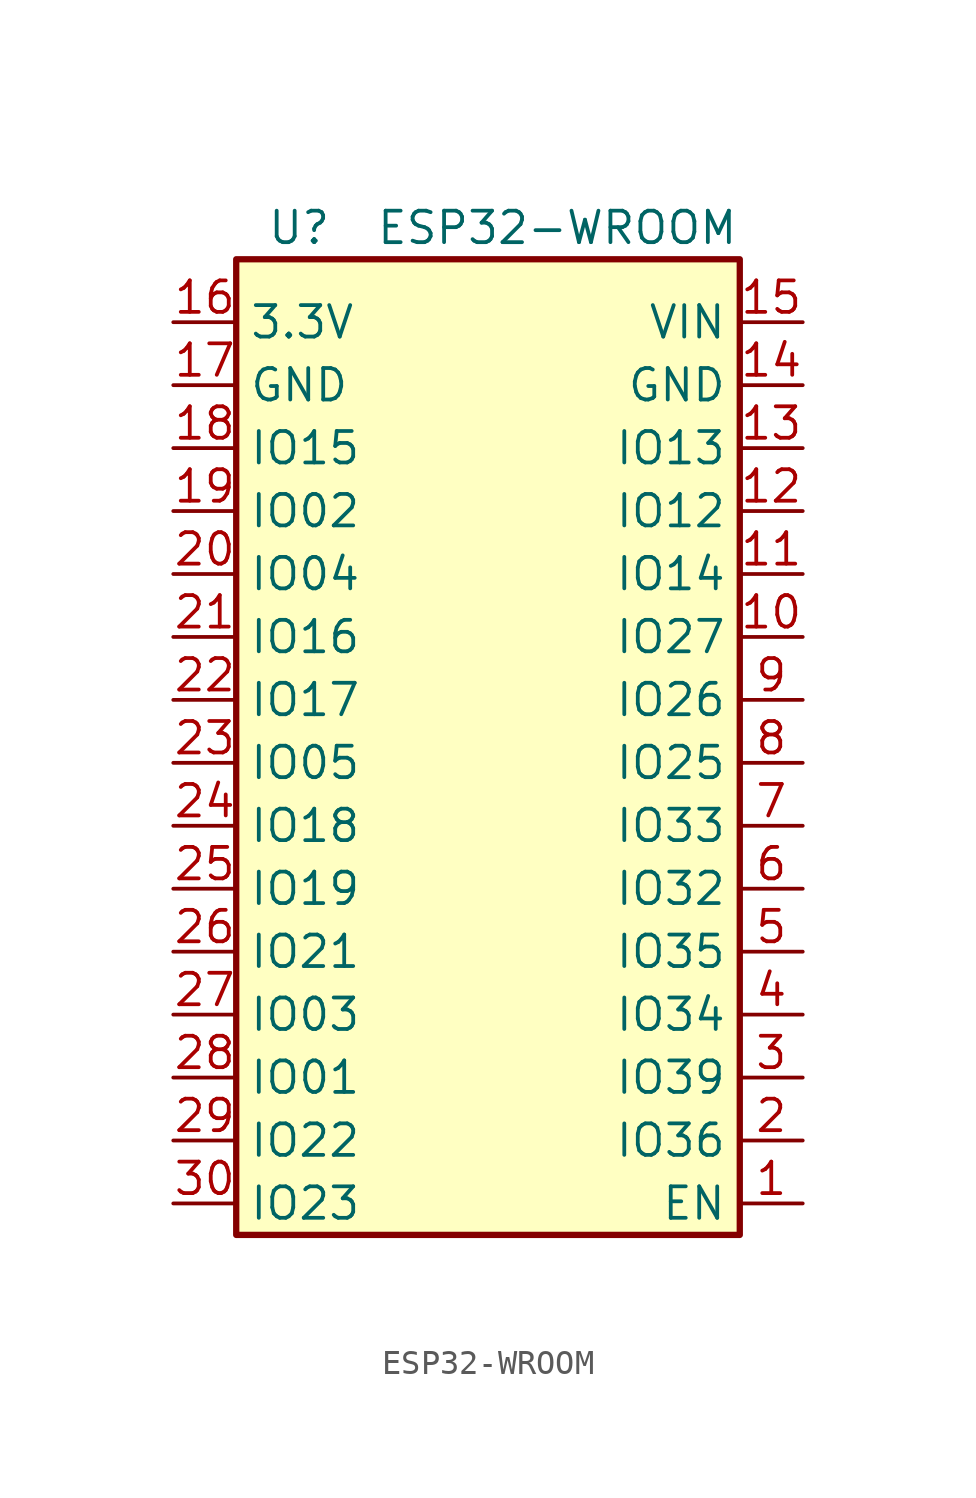
<source format=kicad_sym>
(kicad_symbol_lib
  (version 20241209)
  (generator "kicad_symbol_editor")
  (generator_version "9.0")
  (symbol "ESP32-WROOM"
    (property "Reference" "U"
      (at -7.62 13.97 0)
      (effects (font (size 1.27 1.27))))
    (property "Value" "ESP32-WROOM"
      (at 2.794 13.97 0)
      (effects (font (size 1.27 1.27))))
    (symbol "ESP32-WROOM_1_1"
      (rectangle (start -10.16 12.7) (end 10.16 -26.67) (stroke (width 0.254) (type solid)) (fill (type background)))
      (pin power_out line (at -12.7 10.16 0) (length 2.54) (name "3.3V" (effects (font (size 1.27 1.27)))) (number "16" (effects (font (size 1.27 1.27)))))
      (pin power_out line (at -12.7 7.62 0) (length 2.54) (name "GND" (effects (font (size 1.27 1.27)))) (number "17" (effects (font (size 1.27 1.27)))))
      (pin bidirectional line (at -12.7 5.08 0) (length 2.54) (name "IO15" (effects (font (size 1.27 1.27)))) (number "18" (effects (font (size 1.27 1.27)))))
      (pin bidirectional line (at -12.7 2.54 0) (length 2.54) (name "IO02" (effects (font (size 1.27 1.27)))) (number "19" (effects (font (size 1.27 1.27)))))
      (pin bidirectional line (at -12.7 0 0) (length 2.54) (name "IO04" (effects (font (size 1.27 1.27)))) (number "20" (effects (font (size 1.27 1.27)))))
      (pin bidirectional line (at -12.7 -2.54 0) (length 2.54) (name "IO16" (effects (font (size 1.27 1.27)))) (number "21" (effects (font (size 1.27 1.27)))))
      (pin bidirectional line (at -12.7 -5.08 0) (length 2.54) (name "IO17" (effects (font (size 1.27 1.27)))) (number "22" (effects (font (size 1.27 1.27)))))
      (pin bidirectional line (at -12.7 -7.62 0) (length 2.54) (name "IO05" (effects (font (size 1.27 1.27)))) (number "23" (effects (font (size 1.27 1.27)))))
      (pin bidirectional line (at -12.7 -10.16 0) (length 2.54) (name "IO18" (effects (font (size 1.27 1.27)))) (number "24" (effects (font (size 1.27 1.27)))))
      (pin bidirectional line (at -12.7 -12.7 0) (length 2.54) (name "IO19" (effects (font (size 1.27 1.27)))) (number "25" (effects (font (size 1.27 1.27)))))
      (pin bidirectional line (at -12.7 -15.24 0) (length 2.54) (name "IO21" (effects (font (size 1.27 1.27)))) (number "26" (effects (font (size 1.27 1.27)))))
      (pin bidirectional line (at -12.7 -17.78 0) (length 2.54) (name "IO03" (effects (font (size 1.27 1.27)))) (number "27" (effects (font (size 1.27 1.27)))))
      (pin bidirectional line (at -12.7 -20.32 0) (length 2.54) (name "IO01" (effects (font (size 1.27 1.27)))) (number "28" (effects (font (size 1.27 1.27)))))
      (pin bidirectional line (at -12.7 -22.86 0) (length 2.54) (name "IO22" (effects (font (size 1.27 1.27)))) (number "29" (effects (font (size 1.27 1.27)))))
      (pin bidirectional line (at -12.7 -25.4 0) (length 2.54) (name "IO23" (effects (font (size 1.27 1.27)))) (number "30" (effects (font (size 1.27 1.27)))))
      (pin power_in line (at 12.7 10.16 180) (length 2.54) (name "VIN" (effects (font (size 1.27 1.27)))) (number "15" (effects (font (size 1.27 1.27)))))
      (pin power_in line (at 12.7 7.62 180) (length 2.54) (name "GND" (effects (font (size 1.27 1.27)))) (number "14" (effects (font (size 1.27 1.27)))))
      (pin bidirectional line (at 12.7 5.08 180) (length 2.54) (name "IO13" (effects (font (size 1.27 1.27)))) (number "13" (effects (font (size 1.27 1.27)))))
      (pin bidirectional line (at 12.7 2.54 180) (length 2.54) (name "IO12" (effects (font (size 1.27 1.27)))) (number "12" (effects (font (size 1.27 1.27)))))
      (pin bidirectional line (at 12.7 0 180) (length 2.54) (name "IO14" (effects (font (size 1.27 1.27)))) (number "11" (effects (font (size 1.27 1.27)))))
      (pin bidirectional line (at 12.7 -2.54 180) (length 2.54) (name "IO27" (effects (font (size 1.27 1.27)))) (number "10" (effects (font (size 1.27 1.27)))))
      (pin bidirectional line (at 12.7 -5.08 180) (length 2.54) (name "IO26" (effects (font (size 1.27 1.27)))) (number "9" (effects (font (size 1.27 1.27)))))
      (pin bidirectional line (at 12.7 -7.62 180) (length 2.54) (name "IO25" (effects (font (size 1.27 1.27)))) (number "8" (effects (font (size 1.27 1.27)))))
      (pin bidirectional line (at 12.7 -10.16 180) (length 2.54) (name "IO33" (effects (font (size 1.27 1.27)))) (number "7" (effects (font (size 1.27 1.27)))))
      (pin bidirectional line (at 12.7 -12.7 180) (length 2.54) (name "IO32" (effects (font (size 1.27 1.27)))) (number "6" (effects (font (size 1.27 1.27)))))
      (pin input line (at 12.7 -15.24 180) (length 2.54) (name "IO35" (effects (font (size 1.27 1.27)))) (number "5" (effects (font (size 1.27 1.27)))))
      (pin input line (at 12.7 -17.78 180) (length 2.54) (name "IO34" (effects (font (size 1.27 1.27)))) (number "4" (effects (font (size 1.27 1.27)))))
      (pin input line (at 12.7 -20.32 180) (length 2.54) (name "IO39" (effects (font (size 1.27 1.27)))) (number "3" (effects (font (size 1.27 1.27)))))
      (pin input line (at 12.7 -22.86 180) (length 2.54) (name "IO36" (effects (font (size 1.27 1.27)))) (number "2" (effects (font (size 1.27 1.27)))))
      (pin input line (at 12.7 -25.4 180) (length 2.54) (name "EN" (effects (font (size 1.27 1.27)))) (number "1" (effects (font (size 1.27 1.27))))))))
</source>
